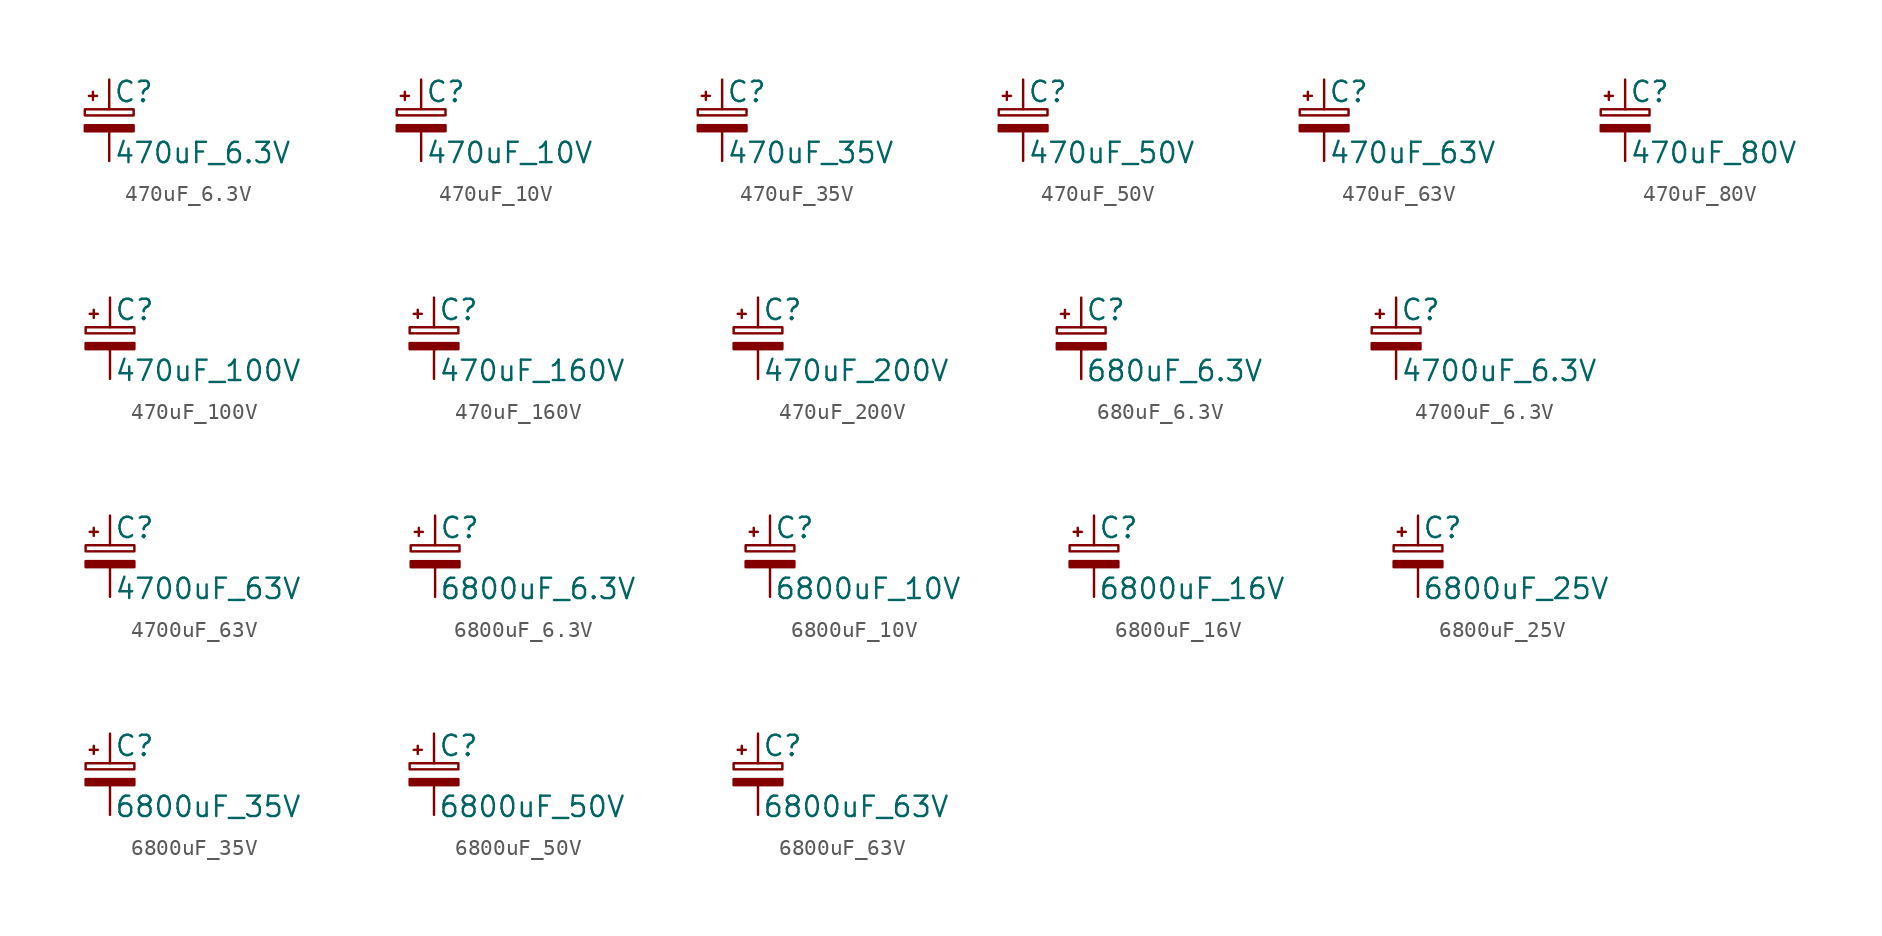
<source format=kicad_sym>
(kicad_symbol_lib
  (version 20211014)
  (generator kicad_symbol_editor)
  (symbol "470uF_6.3V"
    (pin_numbers hide)
    (pin_names
      (offset 0.254) hide)
    (property "Reference" "C"
      (at 0.254 1.778 0)
      (effects (font (size 1.27 1.27)) (justify left)))
    (property "Value" "470uF_6.3V"
      (at 0.254 -2.032 0)
      (effects (font (size 1.27 1.27)) (justify left)))
    (symbol "470uF_6.3V_0_1"
      (rectangle (start -1.524 -0.305) (end 1.524 -0.686) (stroke (width 0) (type default) (color 0 0 0 0)) (fill (type outline)))
      (rectangle (start -1.524 0.686) (end 1.524 0.305) (stroke (width 0) (type default) (color 0 0 0 0)) (fill (type none)))
      (polyline (pts (xy -1.27 1.524) (xy -0.762 1.524)) (stroke (width 0) (type default) (color 0 0 0 0)) (fill (type none)))
      (polyline (pts (xy -1.016 1.27) (xy -1.016 1.778)) (stroke (width 0) (type default) (color 0 0 0 0)) (fill (type none))))
    (symbol "470uF_6.3V_1_1"
      (pin passive line (at 0 2.54 270) (length 1.854) (name "~" (effects (font (size 1.27 1.27)))) (number "1" (effects (font (size 1.27 1.27)))))
      (pin passive line (at 0 -2.54 90) (length 1.854) (name "~" (effects (font (size 1.27 1.27)))) (number "2" (effects (font (size 1.27 1.27)))))))
  (symbol "470uF_10V"
    (pin_numbers hide)
    (pin_names
      (offset 0.254) hide)
    (property "Reference" "C"
      (at 0.254 1.778 0)
      (effects (font (size 1.27 1.27)) (justify left)))
    (property "Value" "470uF_10V"
      (at 0.254 -2.032 0)
      (effects (font (size 1.27 1.27)) (justify left)))
    (symbol "470uF_10V_0_1"
      (rectangle (start -1.524 -0.305) (end 1.524 -0.686) (stroke (width 0) (type default) (color 0 0 0 0)) (fill (type outline)))
      (rectangle (start -1.524 0.686) (end 1.524 0.305) (stroke (width 0) (type default) (color 0 0 0 0)) (fill (type none)))
      (polyline (pts (xy -1.27 1.524) (xy -0.762 1.524)) (stroke (width 0) (type default) (color 0 0 0 0)) (fill (type none)))
      (polyline (pts (xy -1.016 1.27) (xy -1.016 1.778)) (stroke (width 0) (type default) (color 0 0 0 0)) (fill (type none))))
    (symbol "470uF_10V_1_1"
      (pin passive line (at 0 2.54 270) (length 1.854) (name "~" (effects (font (size 1.27 1.27)))) (number "1" (effects (font (size 1.27 1.27)))))
      (pin passive line (at 0 -2.54 90) (length 1.854) (name "~" (effects (font (size 1.27 1.27)))) (number "2" (effects (font (size 1.27 1.27)))))))
  (symbol "470uF_35V"
    (pin_numbers hide)
    (pin_names
      (offset 0.254) hide)
    (property "Reference" "C"
      (at 0.254 1.778 0)
      (effects (font (size 1.27 1.27)) (justify left)))
    (property "Value" "470uF_35V"
      (at 0.254 -2.032 0)
      (effects (font (size 1.27 1.27)) (justify left)))
    (symbol "470uF_35V_0_1"
      (rectangle (start -1.524 -0.305) (end 1.524 -0.686) (stroke (width 0) (type default) (color 0 0 0 0)) (fill (type outline)))
      (rectangle (start -1.524 0.686) (end 1.524 0.305) (stroke (width 0) (type default) (color 0 0 0 0)) (fill (type none)))
      (polyline (pts (xy -1.27 1.524) (xy -0.762 1.524)) (stroke (width 0) (type default) (color 0 0 0 0)) (fill (type none)))
      (polyline (pts (xy -1.016 1.27) (xy -1.016 1.778)) (stroke (width 0) (type default) (color 0 0 0 0)) (fill (type none))))
    (symbol "470uF_35V_1_1"
      (pin passive line (at 0 2.54 270) (length 1.854) (name "~" (effects (font (size 1.27 1.27)))) (number "1" (effects (font (size 1.27 1.27)))))
      (pin passive line (at 0 -2.54 90) (length 1.854) (name "~" (effects (font (size 1.27 1.27)))) (number "2" (effects (font (size 1.27 1.27)))))))
  (symbol "470uF_50V"
    (pin_numbers hide)
    (pin_names
      (offset 0.254) hide)
    (property "Reference" "C"
      (at 0.254 1.778 0)
      (effects (font (size 1.27 1.27)) (justify left)))
    (property "Value" "470uF_50V"
      (at 0.254 -2.032 0)
      (effects (font (size 1.27 1.27)) (justify left)))
    (symbol "470uF_50V_0_1"
      (rectangle (start -1.524 -0.305) (end 1.524 -0.686) (stroke (width 0) (type default) (color 0 0 0 0)) (fill (type outline)))
      (rectangle (start -1.524 0.686) (end 1.524 0.305) (stroke (width 0) (type default) (color 0 0 0 0)) (fill (type none)))
      (polyline (pts (xy -1.27 1.524) (xy -0.762 1.524)) (stroke (width 0) (type default) (color 0 0 0 0)) (fill (type none)))
      (polyline (pts (xy -1.016 1.27) (xy -1.016 1.778)) (stroke (width 0) (type default) (color 0 0 0 0)) (fill (type none))))
    (symbol "470uF_50V_1_1"
      (pin passive line (at 0 2.54 270) (length 1.854) (name "~" (effects (font (size 1.27 1.27)))) (number "1" (effects (font (size 1.27 1.27)))))
      (pin passive line (at 0 -2.54 90) (length 1.854) (name "~" (effects (font (size 1.27 1.27)))) (number "2" (effects (font (size 1.27 1.27)))))))
  (symbol "470uF_63V"
    (pin_numbers hide)
    (pin_names
      (offset 0.254) hide)
    (property "Reference" "C"
      (at 0.254 1.778 0)
      (effects (font (size 1.27 1.27)) (justify left)))
    (property "Value" "470uF_63V"
      (at 0.254 -2.032 0)
      (effects (font (size 1.27 1.27)) (justify left)))
    (symbol "470uF_63V_0_1"
      (rectangle (start -1.524 -0.305) (end 1.524 -0.686) (stroke (width 0) (type default) (color 0 0 0 0)) (fill (type outline)))
      (rectangle (start -1.524 0.686) (end 1.524 0.305) (stroke (width 0) (type default) (color 0 0 0 0)) (fill (type none)))
      (polyline (pts (xy -1.27 1.524) (xy -0.762 1.524)) (stroke (width 0) (type default) (color 0 0 0 0)) (fill (type none)))
      (polyline (pts (xy -1.016 1.27) (xy -1.016 1.778)) (stroke (width 0) (type default) (color 0 0 0 0)) (fill (type none))))
    (symbol "470uF_63V_1_1"
      (pin passive line (at 0 2.54 270) (length 1.854) (name "~" (effects (font (size 1.27 1.27)))) (number "1" (effects (font (size 1.27 1.27)))))
      (pin passive line (at 0 -2.54 90) (length 1.854) (name "~" (effects (font (size 1.27 1.27)))) (number "2" (effects (font (size 1.27 1.27)))))))
  (symbol "470uF_80V"
    (pin_numbers hide)
    (pin_names
      (offset 0.254) hide)
    (property "Reference" "C"
      (at 0.254 1.778 0)
      (effects (font (size 1.27 1.27)) (justify left)))
    (property "Value" "470uF_80V"
      (at 0.254 -2.032 0)
      (effects (font (size 1.27 1.27)) (justify left)))
    (symbol "470uF_80V_0_1"
      (rectangle (start -1.524 -0.305) (end 1.524 -0.686) (stroke (width 0) (type default) (color 0 0 0 0)) (fill (type outline)))
      (rectangle (start -1.524 0.686) (end 1.524 0.305) (stroke (width 0) (type default) (color 0 0 0 0)) (fill (type none)))
      (polyline (pts (xy -1.27 1.524) (xy -0.762 1.524)) (stroke (width 0) (type default) (color 0 0 0 0)) (fill (type none)))
      (polyline (pts (xy -1.016 1.27) (xy -1.016 1.778)) (stroke (width 0) (type default) (color 0 0 0 0)) (fill (type none))))
    (symbol "470uF_80V_1_1"
      (pin passive line (at 0 2.54 270) (length 1.854) (name "~" (effects (font (size 1.27 1.27)))) (number "1" (effects (font (size 1.27 1.27)))))
      (pin passive line (at 0 -2.54 90) (length 1.854) (name "~" (effects (font (size 1.27 1.27)))) (number "2" (effects (font (size 1.27 1.27)))))))
  (symbol "470uF_100V"
    (pin_numbers hide)
    (pin_names
      (offset 0.254) hide)
    (property "Reference" "C"
      (at 0.254 1.778 0)
      (effects (font (size 1.27 1.27)) (justify left)))
    (property "Value" "470uF_100V"
      (at 0.254 -2.032 0)
      (effects (font (size 1.27 1.27)) (justify left)))
    (symbol "470uF_100V_0_1"
      (rectangle (start -1.524 -0.305) (end 1.524 -0.686) (stroke (width 0) (type default) (color 0 0 0 0)) (fill (type outline)))
      (rectangle (start -1.524 0.686) (end 1.524 0.305) (stroke (width 0) (type default) (color 0 0 0 0)) (fill (type none)))
      (polyline (pts (xy -1.27 1.524) (xy -0.762 1.524)) (stroke (width 0) (type default) (color 0 0 0 0)) (fill (type none)))
      (polyline (pts (xy -1.016 1.27) (xy -1.016 1.778)) (stroke (width 0) (type default) (color 0 0 0 0)) (fill (type none))))
    (symbol "470uF_100V_1_1"
      (pin passive line (at 0 2.54 270) (length 1.854) (name "~" (effects (font (size 1.27 1.27)))) (number "1" (effects (font (size 1.27 1.27)))))
      (pin passive line (at 0 -2.54 90) (length 1.854) (name "~" (effects (font (size 1.27 1.27)))) (number "2" (effects (font (size 1.27 1.27)))))))
  (symbol "470uF_160V"
    (pin_numbers hide)
    (pin_names
      (offset 0.254) hide)
    (property "Reference" "C"
      (at 0.254 1.778 0)
      (effects (font (size 1.27 1.27)) (justify left)))
    (property "Value" "470uF_160V"
      (at 0.254 -2.032 0)
      (effects (font (size 1.27 1.27)) (justify left)))
    (symbol "470uF_160V_0_1"
      (rectangle (start -1.524 -0.305) (end 1.524 -0.686) (stroke (width 0) (type default) (color 0 0 0 0)) (fill (type outline)))
      (rectangle (start -1.524 0.686) (end 1.524 0.305) (stroke (width 0) (type default) (color 0 0 0 0)) (fill (type none)))
      (polyline (pts (xy -1.27 1.524) (xy -0.762 1.524)) (stroke (width 0) (type default) (color 0 0 0 0)) (fill (type none)))
      (polyline (pts (xy -1.016 1.27) (xy -1.016 1.778)) (stroke (width 0) (type default) (color 0 0 0 0)) (fill (type none))))
    (symbol "470uF_160V_1_1"
      (pin passive line (at 0 2.54 270) (length 1.854) (name "~" (effects (font (size 1.27 1.27)))) (number "1" (effects (font (size 1.27 1.27)))))
      (pin passive line (at 0 -2.54 90) (length 1.854) (name "~" (effects (font (size 1.27 1.27)))) (number "2" (effects (font (size 1.27 1.27)))))))
  (symbol "470uF_200V"
    (pin_numbers hide)
    (pin_names
      (offset 0.254) hide)
    (property "Reference" "C"
      (at 0.254 1.778 0)
      (effects (font (size 1.27 1.27)) (justify left)))
    (property "Value" "470uF_200V"
      (at 0.254 -2.032 0)
      (effects (font (size 1.27 1.27)) (justify left)))
    (symbol "470uF_200V_0_1"
      (rectangle (start -1.524 -0.305) (end 1.524 -0.686) (stroke (width 0) (type default) (color 0 0 0 0)) (fill (type outline)))
      (rectangle (start -1.524 0.686) (end 1.524 0.305) (stroke (width 0) (type default) (color 0 0 0 0)) (fill (type none)))
      (polyline (pts (xy -1.27 1.524) (xy -0.762 1.524)) (stroke (width 0) (type default) (color 0 0 0 0)) (fill (type none)))
      (polyline (pts (xy -1.016 1.27) (xy -1.016 1.778)) (stroke (width 0) (type default) (color 0 0 0 0)) (fill (type none))))
    (symbol "470uF_200V_1_1"
      (pin passive line (at 0 2.54 270) (length 1.854) (name "~" (effects (font (size 1.27 1.27)))) (number "1" (effects (font (size 1.27 1.27)))))
      (pin passive line (at 0 -2.54 90) (length 1.854) (name "~" (effects (font (size 1.27 1.27)))) (number "2" (effects (font (size 1.27 1.27)))))))
  (symbol "680uF_6.3V"
    (pin_numbers hide)
    (pin_names
      (offset 0.254) hide)
    (property "Reference" "C"
      (at 0.254 1.778 0)
      (effects (font (size 1.27 1.27)) (justify left)))
    (property "Value" "680uF_6.3V"
      (at 0.254 -2.032 0)
      (effects (font (size 1.27 1.27)) (justify left)))
    (symbol "680uF_6.3V_0_1"
      (rectangle (start -1.524 -0.305) (end 1.524 -0.686) (stroke (width 0) (type default) (color 0 0 0 0)) (fill (type outline)))
      (rectangle (start -1.524 0.686) (end 1.524 0.305) (stroke (width 0) (type default) (color 0 0 0 0)) (fill (type none)))
      (polyline (pts (xy -1.27 1.524) (xy -0.762 1.524)) (stroke (width 0) (type default) (color 0 0 0 0)) (fill (type none)))
      (polyline (pts (xy -1.016 1.27) (xy -1.016 1.778)) (stroke (width 0) (type default) (color 0 0 0 0)) (fill (type none))))
    (symbol "680uF_6.3V_1_1"
      (pin passive line (at 0 2.54 270) (length 1.854) (name "~" (effects (font (size 1.27 1.27)))) (number "1" (effects (font (size 1.27 1.27)))))
      (pin passive line (at 0 -2.54 90) (length 1.854) (name "~" (effects (font (size 1.27 1.27)))) (number "2" (effects (font (size 1.27 1.27)))))))
  (symbol "4700uF_6.3V"
    (pin_numbers hide)
    (pin_names
      (offset 0.254) hide)
    (property "Reference" "C"
      (at 0.254 1.778 0)
      (effects (font (size 1.27 1.27)) (justify left)))
    (property "Value" "4700uF_6.3V"
      (at 0.254 -2.032 0)
      (effects (font (size 1.27 1.27)) (justify left)))
    (symbol "4700uF_6.3V_0_1"
      (rectangle (start -1.524 -0.305) (end 1.524 -0.686) (stroke (width 0) (type default) (color 0 0 0 0)) (fill (type outline)))
      (rectangle (start -1.524 0.686) (end 1.524 0.305) (stroke (width 0) (type default) (color 0 0 0 0)) (fill (type none)))
      (polyline (pts (xy -1.27 1.524) (xy -0.762 1.524)) (stroke (width 0) (type default) (color 0 0 0 0)) (fill (type none)))
      (polyline (pts (xy -1.016 1.27) (xy -1.016 1.778)) (stroke (width 0) (type default) (color 0 0 0 0)) (fill (type none))))
    (symbol "4700uF_6.3V_1_1"
      (pin passive line (at 0 2.54 270) (length 1.854) (name "~" (effects (font (size 1.27 1.27)))) (number "1" (effects (font (size 1.27 1.27)))))
      (pin passive line (at 0 -2.54 90) (length 1.854) (name "~" (effects (font (size 1.27 1.27)))) (number "2" (effects (font (size 1.27 1.27)))))))
  (symbol "4700uF_63V"
    (pin_numbers hide)
    (pin_names
      (offset 0.254) hide)
    (property "Reference" "C"
      (at 0.254 1.778 0)
      (effects (font (size 1.27 1.27)) (justify left)))
    (property "Value" "4700uF_63V"
      (at 0.254 -2.032 0)
      (effects (font (size 1.27 1.27)) (justify left)))
    (symbol "4700uF_63V_0_1"
      (rectangle (start -1.524 -0.305) (end 1.524 -0.686) (stroke (width 0) (type default) (color 0 0 0 0)) (fill (type outline)))
      (rectangle (start -1.524 0.686) (end 1.524 0.305) (stroke (width 0) (type default) (color 0 0 0 0)) (fill (type none)))
      (polyline (pts (xy -1.27 1.524) (xy -0.762 1.524)) (stroke (width 0) (type default) (color 0 0 0 0)) (fill (type none)))
      (polyline (pts (xy -1.016 1.27) (xy -1.016 1.778)) (stroke (width 0) (type default) (color 0 0 0 0)) (fill (type none))))
    (symbol "4700uF_63V_1_1"
      (pin passive line (at 0 2.54 270) (length 1.854) (name "~" (effects (font (size 1.27 1.27)))) (number "1" (effects (font (size 1.27 1.27)))))
      (pin passive line (at 0 -2.54 90) (length 1.854) (name "~" (effects (font (size 1.27 1.27)))) (number "2" (effects (font (size 1.27 1.27)))))))
  (symbol "6800uF_6.3V"
    (pin_numbers hide)
    (pin_names
      (offset 0.254) hide)
    (property "Reference" "C"
      (at 0.254 1.778 0)
      (effects (font (size 1.27 1.27)) (justify left)))
    (property "Value" "6800uF_6.3V"
      (at 0.254 -2.032 0)
      (effects (font (size 1.27 1.27)) (justify left)))
    (symbol "6800uF_6.3V_0_1"
      (rectangle (start -1.524 -0.305) (end 1.524 -0.686) (stroke (width 0) (type default) (color 0 0 0 0)) (fill (type outline)))
      (rectangle (start -1.524 0.686) (end 1.524 0.305) (stroke (width 0) (type default) (color 0 0 0 0)) (fill (type none)))
      (polyline (pts (xy -1.27 1.524) (xy -0.762 1.524)) (stroke (width 0) (type default) (color 0 0 0 0)) (fill (type none)))
      (polyline (pts (xy -1.016 1.27) (xy -1.016 1.778)) (stroke (width 0) (type default) (color 0 0 0 0)) (fill (type none))))
    (symbol "6800uF_6.3V_1_1"
      (pin passive line (at 0 2.54 270) (length 1.854) (name "~" (effects (font (size 1.27 1.27)))) (number "1" (effects (font (size 1.27 1.27)))))
      (pin passive line (at 0 -2.54 90) (length 1.854) (name "~" (effects (font (size 1.27 1.27)))) (number "2" (effects (font (size 1.27 1.27)))))))
  (symbol "6800uF_10V"
    (pin_numbers hide)
    (pin_names
      (offset 0.254) hide)
    (property "Reference" "C"
      (at 0.254 1.778 0)
      (effects (font (size 1.27 1.27)) (justify left)))
    (property "Value" "6800uF_10V"
      (at 0.254 -2.032 0)
      (effects (font (size 1.27 1.27)) (justify left)))
    (symbol "6800uF_10V_0_1"
      (rectangle (start -1.524 -0.305) (end 1.524 -0.686) (stroke (width 0) (type default) (color 0 0 0 0)) (fill (type outline)))
      (rectangle (start -1.524 0.686) (end 1.524 0.305) (stroke (width 0) (type default) (color 0 0 0 0)) (fill (type none)))
      (polyline (pts (xy -1.27 1.524) (xy -0.762 1.524)) (stroke (width 0) (type default) (color 0 0 0 0)) (fill (type none)))
      (polyline (pts (xy -1.016 1.27) (xy -1.016 1.778)) (stroke (width 0) (type default) (color 0 0 0 0)) (fill (type none))))
    (symbol "6800uF_10V_1_1"
      (pin passive line (at 0 2.54 270) (length 1.854) (name "~" (effects (font (size 1.27 1.27)))) (number "1" (effects (font (size 1.27 1.27)))))
      (pin passive line (at 0 -2.54 90) (length 1.854) (name "~" (effects (font (size 1.27 1.27)))) (number "2" (effects (font (size 1.27 1.27)))))))
  (symbol "6800uF_16V"
    (pin_numbers hide)
    (pin_names
      (offset 0.254) hide)
    (property "Reference" "C"
      (at 0.254 1.778 0)
      (effects (font (size 1.27 1.27)) (justify left)))
    (property "Value" "6800uF_16V"
      (at 0.254 -2.032 0)
      (effects (font (size 1.27 1.27)) (justify left)))
    (symbol "6800uF_16V_0_1"
      (rectangle (start -1.524 -0.305) (end 1.524 -0.686) (stroke (width 0) (type default) (color 0 0 0 0)) (fill (type outline)))
      (rectangle (start -1.524 0.686) (end 1.524 0.305) (stroke (width 0) (type default) (color 0 0 0 0)) (fill (type none)))
      (polyline (pts (xy -1.27 1.524) (xy -0.762 1.524)) (stroke (width 0) (type default) (color 0 0 0 0)) (fill (type none)))
      (polyline (pts (xy -1.016 1.27) (xy -1.016 1.778)) (stroke (width 0) (type default) (color 0 0 0 0)) (fill (type none))))
    (symbol "6800uF_16V_1_1"
      (pin passive line (at 0 2.54 270) (length 1.854) (name "~" (effects (font (size 1.27 1.27)))) (number "1" (effects (font (size 1.27 1.27)))))
      (pin passive line (at 0 -2.54 90) (length 1.854) (name "~" (effects (font (size 1.27 1.27)))) (number "2" (effects (font (size 1.27 1.27)))))))
  (symbol "6800uF_25V"
    (pin_numbers hide)
    (pin_names
      (offset 0.254) hide)
    (property "Reference" "C"
      (at 0.254 1.778 0)
      (effects (font (size 1.27 1.27)) (justify left)))
    (property "Value" "6800uF_25V"
      (at 0.254 -2.032 0)
      (effects (font (size 1.27 1.27)) (justify left)))
    (symbol "6800uF_25V_0_1"
      (rectangle (start -1.524 -0.305) (end 1.524 -0.686) (stroke (width 0) (type default) (color 0 0 0 0)) (fill (type outline)))
      (rectangle (start -1.524 0.686) (end 1.524 0.305) (stroke (width 0) (type default) (color 0 0 0 0)) (fill (type none)))
      (polyline (pts (xy -1.27 1.524) (xy -0.762 1.524)) (stroke (width 0) (type default) (color 0 0 0 0)) (fill (type none)))
      (polyline (pts (xy -1.016 1.27) (xy -1.016 1.778)) (stroke (width 0) (type default) (color 0 0 0 0)) (fill (type none))))
    (symbol "6800uF_25V_1_1"
      (pin passive line (at 0 2.54 270) (length 1.854) (name "~" (effects (font (size 1.27 1.27)))) (number "1" (effects (font (size 1.27 1.27)))))
      (pin passive line (at 0 -2.54 90) (length 1.854) (name "~" (effects (font (size 1.27 1.27)))) (number "2" (effects (font (size 1.27 1.27)))))))
  (symbol "6800uF_35V"
    (pin_numbers hide)
    (pin_names
      (offset 0.254) hide)
    (property "Reference" "C"
      (at 0.254 1.778 0)
      (effects (font (size 1.27 1.27)) (justify left)))
    (property "Value" "6800uF_35V"
      (at 0.254 -2.032 0)
      (effects (font (size 1.27 1.27)) (justify left)))
    (symbol "6800uF_35V_0_1"
      (rectangle (start -1.524 -0.305) (end 1.524 -0.686) (stroke (width 0) (type default) (color 0 0 0 0)) (fill (type outline)))
      (rectangle (start -1.524 0.686) (end 1.524 0.305) (stroke (width 0) (type default) (color 0 0 0 0)) (fill (type none)))
      (polyline (pts (xy -1.27 1.524) (xy -0.762 1.524)) (stroke (width 0) (type default) (color 0 0 0 0)) (fill (type none)))
      (polyline (pts (xy -1.016 1.27) (xy -1.016 1.778)) (stroke (width 0) (type default) (color 0 0 0 0)) (fill (type none))))
    (symbol "6800uF_35V_1_1"
      (pin passive line (at 0 2.54 270) (length 1.854) (name "~" (effects (font (size 1.27 1.27)))) (number "1" (effects (font (size 1.27 1.27)))))
      (pin passive line (at 0 -2.54 90) (length 1.854) (name "~" (effects (font (size 1.27 1.27)))) (number "2" (effects (font (size 1.27 1.27)))))))
  (symbol "6800uF_50V"
    (pin_numbers hide)
    (pin_names
      (offset 0.254) hide)
    (property "Reference" "C"
      (at 0.254 1.778 0)
      (effects (font (size 1.27 1.27)) (justify left)))
    (property "Value" "6800uF_50V"
      (at 0.254 -2.032 0)
      (effects (font (size 1.27 1.27)) (justify left)))
    (symbol "6800uF_50V_0_1"
      (rectangle (start -1.524 -0.305) (end 1.524 -0.686) (stroke (width 0) (type default) (color 0 0 0 0)) (fill (type outline)))
      (rectangle (start -1.524 0.686) (end 1.524 0.305) (stroke (width 0) (type default) (color 0 0 0 0)) (fill (type none)))
      (polyline (pts (xy -1.27 1.524) (xy -0.762 1.524)) (stroke (width 0) (type default) (color 0 0 0 0)) (fill (type none)))
      (polyline (pts (xy -1.016 1.27) (xy -1.016 1.778)) (stroke (width 0) (type default) (color 0 0 0 0)) (fill (type none))))
    (symbol "6800uF_50V_1_1"
      (pin passive line (at 0 2.54 270) (length 1.854) (name "~" (effects (font (size 1.27 1.27)))) (number "1" (effects (font (size 1.27 1.27)))))
      (pin passive line (at 0 -2.54 90) (length 1.854) (name "~" (effects (font (size 1.27 1.27)))) (number "2" (effects (font (size 1.27 1.27)))))))
  (symbol "6800uF_63V"
    (pin_numbers hide)
    (pin_names
      (offset 0.254) hide)
    (property "Reference" "C"
      (at 0.254 1.778 0)
      (effects (font (size 1.27 1.27)) (justify left)))
    (property "Value" "6800uF_63V"
      (at 0.254 -2.032 0)
      (effects (font (size 1.27 1.27)) (justify left)))
    (symbol "6800uF_63V_0_1"
      (rectangle (start -1.524 -0.305) (end 1.524 -0.686) (stroke (width 0) (type default) (color 0 0 0 0)) (fill (type outline)))
      (rectangle (start -1.524 0.686) (end 1.524 0.305) (stroke (width 0) (type default) (color 0 0 0 0)) (fill (type none)))
      (polyline (pts (xy -1.27 1.524) (xy -0.762 1.524)) (stroke (width 0) (type default) (color 0 0 0 0)) (fill (type none)))
      (polyline (pts (xy -1.016 1.27) (xy -1.016 1.778)) (stroke (width 0) (type default) (color 0 0 0 0)) (fill (type none))))
    (symbol "6800uF_63V_1_1"
      (pin passive line (at 0 2.54 270) (length 1.854) (name "~" (effects (font (size 1.27 1.27)))) (number "1" (effects (font (size 1.27 1.27)))))
      (pin passive line (at 0 -2.54 90) (length 1.854) (name "~" (effects (font (size 1.27 1.27)))) (number "2" (effects (font (size 1.27 1.27))))))))
</source>
